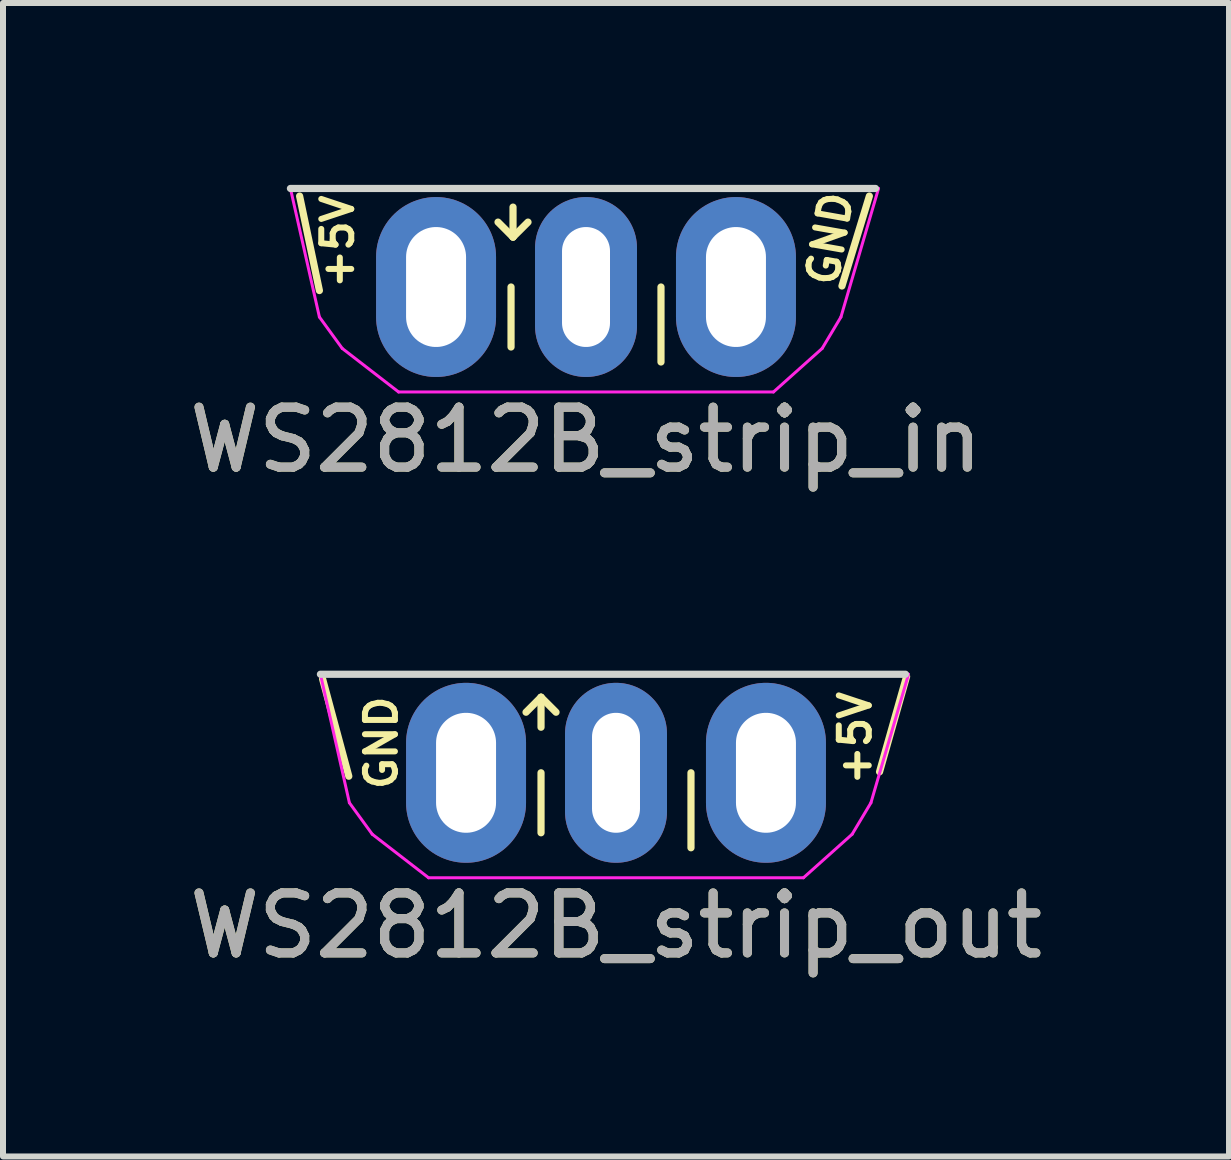
<source format=kicad_pcb>
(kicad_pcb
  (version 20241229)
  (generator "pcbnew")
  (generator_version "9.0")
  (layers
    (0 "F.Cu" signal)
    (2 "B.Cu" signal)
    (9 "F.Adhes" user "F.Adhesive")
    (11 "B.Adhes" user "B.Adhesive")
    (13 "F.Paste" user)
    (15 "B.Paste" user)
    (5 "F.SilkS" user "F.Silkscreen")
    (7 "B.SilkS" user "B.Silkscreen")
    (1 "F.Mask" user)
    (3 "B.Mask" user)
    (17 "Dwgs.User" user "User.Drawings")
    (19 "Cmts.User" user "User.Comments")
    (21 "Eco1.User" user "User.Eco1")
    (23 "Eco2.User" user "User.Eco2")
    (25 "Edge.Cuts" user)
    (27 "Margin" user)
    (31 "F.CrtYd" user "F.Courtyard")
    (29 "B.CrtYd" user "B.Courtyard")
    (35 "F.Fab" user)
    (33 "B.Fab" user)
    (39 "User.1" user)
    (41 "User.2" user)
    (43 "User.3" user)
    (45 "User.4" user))
  (footprint "WS2812B_strip_out"
    (layer "F.Cu")
    (at 7.22 9.334)
    (property "Reference" "WS2812B_strip_out" (at 0 3.048 0) (unlocked yes) (layer "F.SilkS") (effects (font (size 1 1) (thickness 0.15))))
    (attr through_hole)
    (fp_line (start -4.892 -1.065) (end -4.455 0.557) (stroke (width 0.12) (type solid)) (layer "F.SilkS"))
    (fp_line (start -1.5 -0.51) (end -1.25 -0.76) (stroke (width 0.12) (type solid)) (layer "F.SilkS"))
    (fp_line (start -1.25 -0.76) (end -1.25 -0.26) (stroke (width 0.12) (type solid)) (layer "F.SilkS"))
    (fp_line (start -1.25 -0.76) (end -1 -0.51) (stroke (width 0.12) (type solid)) (layer "F.SilkS"))
    (fp_line (start -1.25 0.5) (end -1.25 1.5) (stroke (width 0.12) (type solid)) (layer "F.SilkS"))
    (fp_line (start 1.25 0.5) (end 1.25 1.75) (stroke (width 0.12) (type solid)) (layer "F.SilkS"))
    (fp_line (start 4.845 -1.106) (end 4.394 0.483) (stroke (width 0.12) (type solid)) (layer "F.SilkS"))
    (fp_line (start -4.928 -1.143) (end 4.826 -1.143) (stroke (width 0.12) (type solid)) (layer "Edge.Cuts"))
    (fp_line (start -4.928 -1.143) (end -4.445 1) (stroke (width 0.05) (type solid)) (layer "F.CrtYd"))
    (fp_line (start -4.928 -1.143) (end 4.877 -1.143) (stroke (width 0.05) (type solid)) (layer "F.CrtYd"))
    (fp_line (start -4.445 1) (end -4.064 1.524) (stroke (width 0.05) (type solid)) (layer "F.CrtYd"))
    (fp_line (start -4.064 1.524) (end -3.125 2.25) (stroke (width 0.05) (type solid)) (layer "F.CrtYd"))
    (fp_line (start 3.125 2.25) (end -3.125 2.25) (stroke (width 0.05) (type solid)) (layer "F.CrtYd"))
    (fp_line (start 3.937 1.524) (end 3.125 2.25) (stroke (width 0.05) (type solid)) (layer "F.CrtYd"))
    (fp_line (start 4.25 1) (end 3.937 1.524) (stroke (width 0.05) (type solid)) (layer "F.CrtYd"))
    (fp_line (start 4.877 -1.143) (end 4.25 1) (stroke (width 0.05) (type solid)) (layer "F.CrtYd"))
    (fp_text user "+5V" (at 3.988 -0.076 90) (unlocked yes) (layer "F.SilkS") (effects (font (size 0.5 0.5) (thickness 0.1))))
    (fp_text user "GND" (at -3.912 0 90) (unlocked yes) (layer "F.SilkS") (effects (font (size 0.5 0.5) (thickness 0.1))))
    (fp_text user "${REFERENCE}" (at 0 3.048 0) (unlocked yes) (layer "F.Fab") (effects (font (size 1 1) (thickness 0.15))))
    (pad "1" thru_hole oval (at 2.5 0.5) (size 2 3) (drill oval 1 2) (layers "*.Cu" "*.Mask"))
    (pad "2" thru_hole oval (at 0 0.5) (size 1.7 3) (drill oval 0.8 2) (layers "*.Cu" "*.Mask"))
    (pad "3" thru_hole oval (at -2.5 0.5) (size 2 3) (drill oval 1 2) (layers "*.Cu" "*.Mask")))
  (footprint "WS2812B_strip_in"
    (layer "F.Cu")
    (at 6.72 1.235)
    (property "Reference" "WS2812B_strip_in" (at 0 3.048 0) (unlocked yes) (layer "F.SilkS") (effects (font (size 1 1) (thickness 0.15))))
    (attr through_hole)
    (fp_line (start -4.775 -1.016) (end -4.445 0.559) (stroke (width 0.12) (type solid)) (layer "F.SilkS"))
    (fp_line (start -1.25 0.5) (end -1.25 1.5) (stroke (width 0.12) (type solid)) (layer "F.SilkS"))
    (fp_line (start -1.217 -0.332) (end -1.467 -0.582) (stroke (width 0.12) (type solid)) (layer "F.SilkS"))
    (fp_line (start -1.217 -0.332) (end -1.217 -0.832) (stroke (width 0.12) (type solid)) (layer "F.SilkS"))
    (fp_line (start -0.967 -0.582) (end -1.217 -0.332) (stroke (width 0.12) (type solid)) (layer "F.SilkS"))
    (fp_line (start 1.25 0.5) (end 1.25 1.75) (stroke (width 0.12) (type solid)) (layer "F.SilkS"))
    (fp_line (start 4.724 -1.016) (end 4.267 0.483) (stroke (width 0.12) (type solid)) (layer "F.SilkS"))
    (fp_line (start -4.928 -1.143) (end 4.826 -1.143) (stroke (width 0.12) (type solid)) (layer "Edge.Cuts"))
    (fp_line (start -4.928 -1.143) (end -4.445 1) (stroke (width 0.05) (type solid)) (layer "F.CrtYd"))
    (fp_line (start -4.928 -1.143) (end 4.877 -1.143) (stroke (width 0.05) (type solid)) (layer "F.CrtYd"))
    (fp_line (start -4.445 1) (end -4.064 1.524) (stroke (width 0.05) (type solid)) (layer "F.CrtYd"))
    (fp_line (start -4.064 1.524) (end -3.125 2.25) (stroke (width 0.05) (type solid)) (layer "F.CrtYd"))
    (fp_line (start 3.125 2.25) (end -3.125 2.25) (stroke (width 0.05) (type solid)) (layer "F.CrtYd"))
    (fp_line (start 3.937 1.524) (end 3.125 2.25) (stroke (width 0.05) (type solid)) (layer "F.CrtYd"))
    (fp_line (start 4.25 1) (end 3.937 1.524) (stroke (width 0.05) (type solid)) (layer "F.CrtYd"))
    (fp_line (start 4.877 -1.143) (end 4.25 1) (stroke (width 0.05) (type solid)) (layer "F.CrtYd"))
    (fp_text user "GND" (at 4.064 -0.305 80) (unlocked yes) (layer "F.SilkS") (effects (font (size 0.5 0.5) (thickness 0.1))))
    (fp_text user "+5V" (at -4.14 -0.254 90) (unlocked yes) (layer "F.SilkS") (effects (font (size 0.5 0.5) (thickness 0.1))))
    (fp_text user "${REFERENCE}" (at 0 3.048 0) (unlocked yes) (layer "F.Fab") (effects (font (size 1 1) (thickness 0.15))))
    (pad "1" thru_hole oval (at -2.5 0.5) (size 2 3) (drill oval 1 2) (layers "*.Cu" "*.Mask"))
    (pad "2" thru_hole oval (at 0 0.5) (size 1.7 3) (drill oval 0.8 2) (layers "*.Cu" "*.Mask"))
    (pad "3" thru_hole oval (at 2.5 0.5) (size 2 3) (drill oval 1 2) (layers "*.Cu" "*.Mask")))
  (gr_rect
    (start -3 -3)
    (end 17.44 16.23)
    (stroke (width 0.1) (type default))
    (fill no)
    (layer "Edge.Cuts")))
</source>
